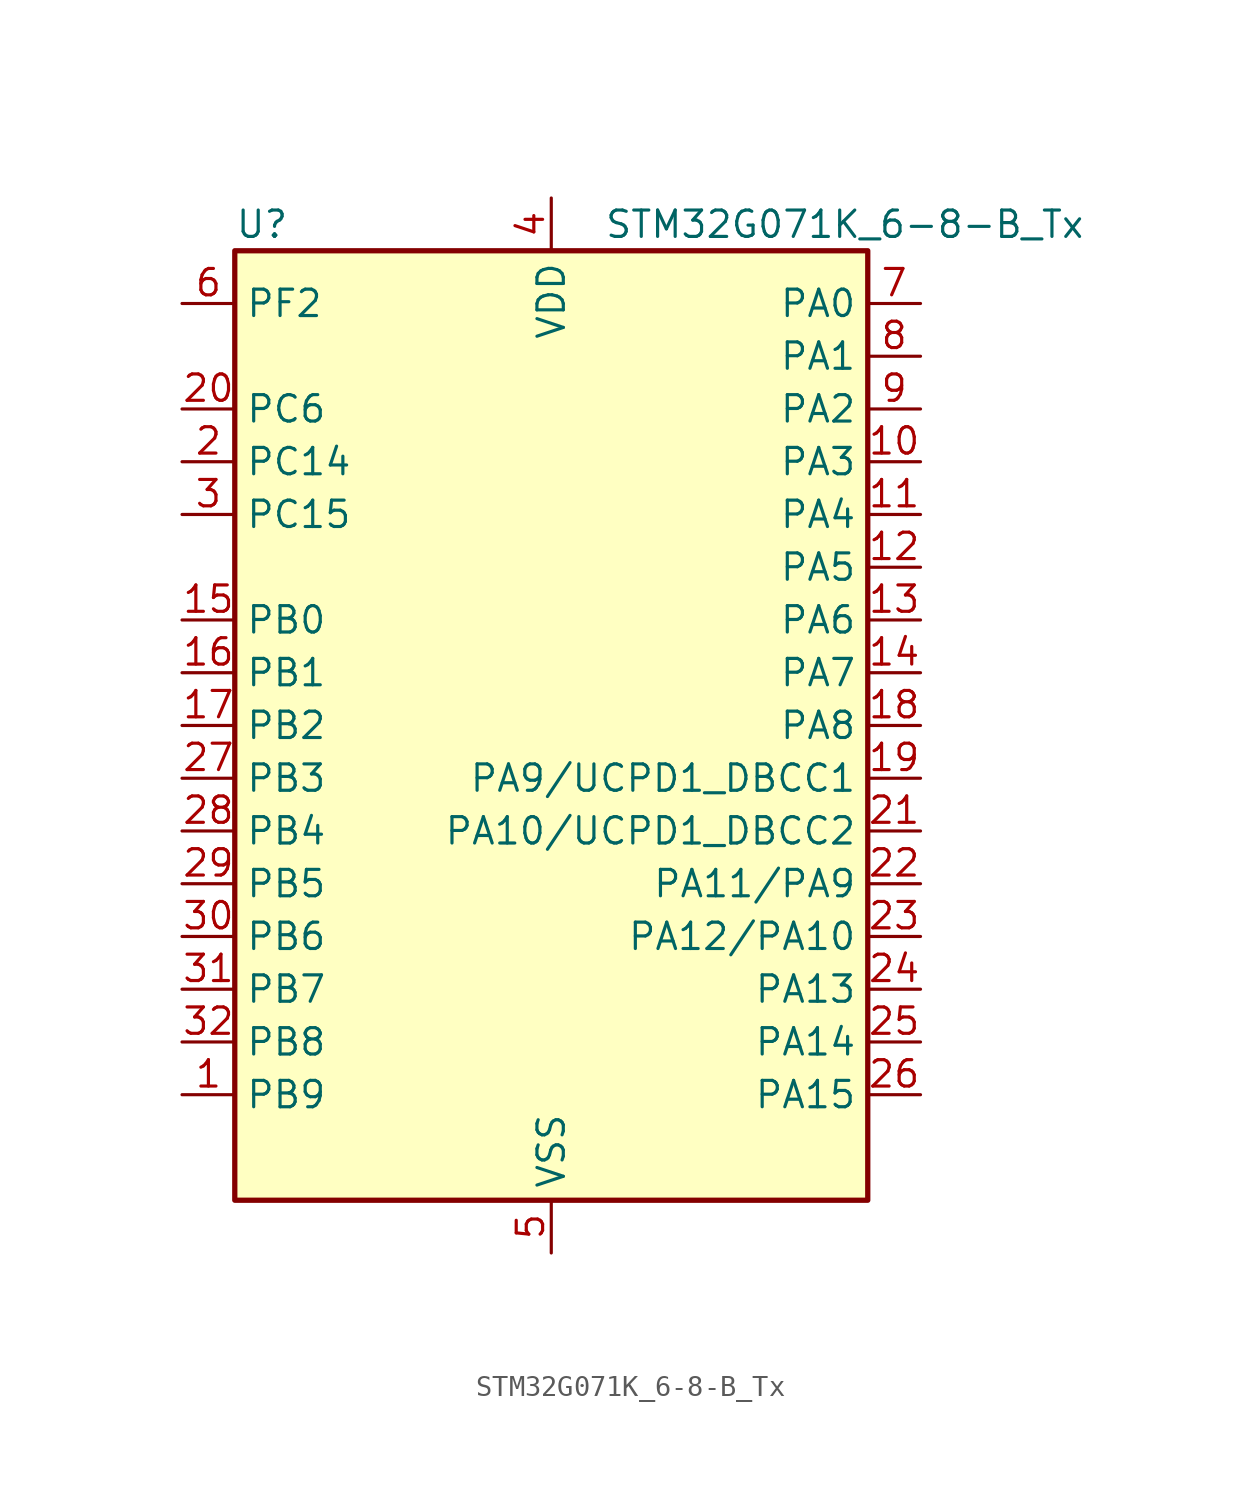
<source format=kicad_sym>
(kicad_symbol_lib
  (version 20220914)
  (generator kicad_symbol_editor)
  (symbol "STM32G071K_6-8-B_Tx"
    (property "Reference" "U"
      (at -15.24 24.13 0)
      (effects (font (size 1.27 1.27)) (justify left)))
    (property "Value" "STM32G071K_6-8-B_Tx"
      (at 2.54 24.13 0)
      (effects (font (size 1.27 1.27)) (justify left)))
    (property "ki_locked" ""
      (at 0 0 0)
      (effects (font (size 1.27 1.27))))
    (symbol "STM32G071K_6-8-B_Tx_0_1"
      (rectangle (start -15.24 -22.86) (end 15.24 22.86) (stroke (width 0.254) (type default)) (fill (type background))))
    (symbol "STM32G071K_6-8-B_Tx_1_1"
      (pin bidirectional line (at -17.78 -17.78 0) (length 2.54) (name "PB9" (effects (font (size 1.27 1.27)))) (number "1" (effects (font (size 1.27 1.27)))) (alternate "DAC1_EXTI9" bidirectional line) (alternate "I2C1_SDA" bidirectional line) (alternate "IR_OUT" bidirectional line) (alternate "SPI2_NSS" bidirectional line) (alternate "TIM17_CH1" bidirectional line) (alternate "USART3_RX" bidirectional line))
      (pin bidirectional line (at 17.78 12.7 180) (length 2.54) (name "PA3" (effects (font (size 1.27 1.27)))) (number "10" (effects (font (size 1.27 1.27)))) (alternate "ADC1_IN3" bidirectional line) (alternate "COMP2_INP" bidirectional line) (alternate "LPUART1_RX" bidirectional line) (alternate "SPI2_MISO" bidirectional line) (alternate "TIM15_CH2" bidirectional line) (alternate "TIM2_CH4" bidirectional line) (alternate "USART2_RX" bidirectional line))
      (pin bidirectional line (at 17.78 10.16 180) (length 2.54) (name "PA4" (effects (font (size 1.27 1.27)))) (number "11" (effects (font (size 1.27 1.27)))) (alternate "ADC1_IN4" bidirectional line) (alternate "DAC1_OUT1" bidirectional line) (alternate "I2S1_WS" bidirectional line) (alternate "LPTIM2_OUT" bidirectional line) (alternate "RTC_OUT_ALARM" bidirectional line) (alternate "RTC_OUT_CALIB" bidirectional line) (alternate "RTC_TAMP_IN1" bidirectional line) (alternate "RTC_TS" bidirectional line) (alternate "SPI1_NSS" bidirectional line) (alternate "SPI2_MOSI" bidirectional line) (alternate "SYS_WKUP2" bidirectional line) (alternate "TIM14_CH1" bidirectional line))
      (pin bidirectional line (at 17.78 7.62 180) (length 2.54) (name "PA5" (effects (font (size 1.27 1.27)))) (number "12" (effects (font (size 1.27 1.27)))) (alternate "ADC1_IN5" bidirectional line) (alternate "CEC" bidirectional line) (alternate "DAC1_OUT2" bidirectional line) (alternate "I2S1_CK" bidirectional line) (alternate "LPTIM2_ETR" bidirectional line) (alternate "SPI1_SCK" bidirectional line) (alternate "TIM2_CH1" bidirectional line) (alternate "TIM2_ETR" bidirectional line) (alternate "UCPD1_FRSTX1" bidirectional line) (alternate "UCPD1_FRSTX2" bidirectional line) (alternate "USART3_TX" bidirectional line))
      (pin bidirectional line (at 17.78 5.08 180) (length 2.54) (name "PA6" (effects (font (size 1.27 1.27)))) (number "13" (effects (font (size 1.27 1.27)))) (alternate "ADC1_IN6" bidirectional line) (alternate "COMP1_OUT" bidirectional line) (alternate "I2S1_MCK" bidirectional line) (alternate "LPUART1_CTS" bidirectional line) (alternate "SPI1_MISO" bidirectional line) (alternate "TIM16_CH1" bidirectional line) (alternate "TIM1_BK" bidirectional line) (alternate "TIM3_CH1" bidirectional line) (alternate "USART3_CTS" bidirectional line) (alternate "USART3_NSS" bidirectional line))
      (pin bidirectional line (at 17.78 2.54 180) (length 2.54) (name "PA7" (effects (font (size 1.27 1.27)))) (number "14" (effects (font (size 1.27 1.27)))) (alternate "ADC1_IN7" bidirectional line) (alternate "COMP2_OUT" bidirectional line) (alternate "I2S1_SD" bidirectional line) (alternate "SPI1_MOSI" bidirectional line) (alternate "TIM14_CH1" bidirectional line) (alternate "TIM17_CH1" bidirectional line) (alternate "TIM1_CH1N" bidirectional line) (alternate "TIM3_CH2" bidirectional line) (alternate "UCPD1_FRSTX1" bidirectional line) (alternate "UCPD1_FRSTX2" bidirectional line))
      (pin bidirectional line (at -17.78 5.08 0) (length 2.54) (name "PB0" (effects (font (size 1.27 1.27)))) (number "15" (effects (font (size 1.27 1.27)))) (alternate "ADC1_IN8" bidirectional line) (alternate "COMP1_OUT" bidirectional line) (alternate "I2S1_WS" bidirectional line) (alternate "LPTIM1_OUT" bidirectional line) (alternate "SPI1_NSS" bidirectional line) (alternate "TIM1_CH2N" bidirectional line) (alternate "TIM3_CH3" bidirectional line) (alternate "UCPD1_FRSTX1" bidirectional line) (alternate "UCPD1_FRSTX2" bidirectional line) (alternate "USART3_RX" bidirectional line))
      (pin bidirectional line (at -17.78 2.54 0) (length 2.54) (name "PB1" (effects (font (size 1.27 1.27)))) (number "16" (effects (font (size 1.27 1.27)))) (alternate "ADC1_IN9" bidirectional line) (alternate "COMP1_INM" bidirectional line) (alternate "LPTIM2_IN1" bidirectional line) (alternate "LPUART1_DE" bidirectional line) (alternate "LPUART1_RTS" bidirectional line) (alternate "TIM14_CH1" bidirectional line) (alternate "TIM1_CH3N" bidirectional line) (alternate "TIM3_CH4" bidirectional line) (alternate "USART3_CK" bidirectional line) (alternate "USART3_DE" bidirectional line) (alternate "USART3_RTS" bidirectional line))
      (pin bidirectional line (at -17.78 0 0) (length 2.54) (name "PB2" (effects (font (size 1.27 1.27)))) (number "17" (effects (font (size 1.27 1.27)))) (alternate "ADC1_IN10" bidirectional line) (alternate "COMP1_INP" bidirectional line) (alternate "LPTIM1_OUT" bidirectional line) (alternate "SPI2_MISO" bidirectional line) (alternate "USART3_TX" bidirectional line))
      (pin bidirectional line (at 17.78 0 180) (length 2.54) (name "PA8" (effects (font (size 1.27 1.27)))) (number "18" (effects (font (size 1.27 1.27)))) (alternate "LPTIM2_OUT" bidirectional line) (alternate "RCC_MCO" bidirectional line) (alternate "SPI2_NSS" bidirectional line) (alternate "TIM1_CH1" bidirectional line) (alternate "UCPD1_CC1" bidirectional line))
      (pin bidirectional line (at 17.78 -2.54 180) (length 2.54) (name "PA9/UCPD1_DBCC1" (effects (font (size 1.27 1.27)))) (number "19" (effects (font (size 1.27 1.27)))) (alternate "DAC1_EXTI9" bidirectional line) (alternate "I2C1_SCL" bidirectional line) (alternate "RCC_MCO" bidirectional line) (alternate "SPI2_MISO" bidirectional line) (alternate "TIM15_BK" bidirectional line) (alternate "TIM1_CH2" bidirectional line) (alternate "UCPD1_DBCC1" bidirectional line) (alternate "USART1_TX" bidirectional line))
      (pin bidirectional line (at -17.78 12.7 0) (length 2.54) (name "PC14" (effects (font (size 1.27 1.27)))) (number "2" (effects (font (size 1.27 1.27)))) (alternate "RCC_OSC32_IN" bidirectional line) (alternate "RCC_OSC_IN" bidirectional line) (alternate "TIM1_BK2" bidirectional line))
      (pin bidirectional line (at -17.78 15.24 0) (length 2.54) (name "PC6" (effects (font (size 1.27 1.27)))) (number "20" (effects (font (size 1.27 1.27)))) (alternate "TIM2_CH3" bidirectional line) (alternate "TIM3_CH1" bidirectional line) (alternate "UCPD1_FRSTX1" bidirectional line) (alternate "UCPD1_FRSTX2" bidirectional line))
      (pin bidirectional line (at 17.78 -5.08 180) (length 2.54) (name "PA10/UCPD1_DBCC2" (effects (font (size 1.27 1.27)))) (number "21" (effects (font (size 1.27 1.27)))) (alternate "I2C1_SDA" bidirectional line) (alternate "SPI2_MOSI" bidirectional line) (alternate "TIM17_BK" bidirectional line) (alternate "TIM1_CH3" bidirectional line) (alternate "UCPD1_DBCC2" bidirectional line) (alternate "USART1_RX" bidirectional line))
      (pin bidirectional line (at 17.78 -7.62 180) (length 2.54) (name "PA11/PA9" (effects (font (size 1.27 1.27)))) (number "22" (effects (font (size 1.27 1.27)))) (alternate "ADC1_EXTI11" bidirectional line) (alternate "COMP1_OUT" bidirectional line) (alternate "I2C2_SCL" bidirectional line) (alternate "I2S1_MCK" bidirectional line) (alternate "SPI1_MISO" bidirectional line) (alternate "TIM1_BK2" bidirectional line) (alternate "TIM1_CH4" bidirectional line) (alternate "USART1_CTS" bidirectional line) (alternate "USART1_NSS" bidirectional line))
      (pin bidirectional line (at 17.78 -10.16 180) (length 2.54) (name "PA12/PA10" (effects (font (size 1.27 1.27)))) (number "23" (effects (font (size 1.27 1.27)))) (alternate "COMP2_OUT" bidirectional line) (alternate "I2C2_SDA" bidirectional line) (alternate "I2S1_SD" bidirectional line) (alternate "I2S_CKIN" bidirectional line) (alternate "SPI1_MOSI" bidirectional line) (alternate "TIM1_ETR" bidirectional line) (alternate "USART1_CK" bidirectional line) (alternate "USART1_DE" bidirectional line) (alternate "USART1_RTS" bidirectional line))
      (pin bidirectional line (at 17.78 -12.7 180) (length 2.54) (name "PA13" (effects (font (size 1.27 1.27)))) (number "24" (effects (font (size 1.27 1.27)))) (alternate "IR_OUT" bidirectional line) (alternate "SYS_SWDIO" bidirectional line))
      (pin bidirectional line (at 17.78 -15.24 180) (length 2.54) (name "PA14" (effects (font (size 1.27 1.27)))) (number "25" (effects (font (size 1.27 1.27)))) (alternate "SYS_SWCLK" bidirectional line) (alternate "USART2_TX" bidirectional line))
      (pin bidirectional line (at 17.78 -17.78 180) (length 2.54) (name "PA15" (effects (font (size 1.27 1.27)))) (number "26" (effects (font (size 1.27 1.27)))) (alternate "I2S1_WS" bidirectional line) (alternate "SPI1_NSS" bidirectional line) (alternate "TIM2_CH1" bidirectional line) (alternate "TIM2_ETR" bidirectional line) (alternate "USART2_RX" bidirectional line) (alternate "USART3_CK" bidirectional line) (alternate "USART3_DE" bidirectional line) (alternate "USART3_RTS" bidirectional line) (alternate "USART4_CK" bidirectional line) (alternate "USART4_DE" bidirectional line) (alternate "USART4_RTS" bidirectional line))
      (pin bidirectional line (at -17.78 -2.54 0) (length 2.54) (name "PB3" (effects (font (size 1.27 1.27)))) (number "27" (effects (font (size 1.27 1.27)))) (alternate "COMP2_INM" bidirectional line) (alternate "I2S1_CK" bidirectional line) (alternate "SPI1_SCK" bidirectional line) (alternate "TIM1_CH2" bidirectional line) (alternate "TIM2_CH2" bidirectional line) (alternate "USART1_CK" bidirectional line) (alternate "USART1_DE" bidirectional line) (alternate "USART1_RTS" bidirectional line))
      (pin bidirectional line (at -17.78 -5.08 0) (length 2.54) (name "PB4" (effects (font (size 1.27 1.27)))) (number "28" (effects (font (size 1.27 1.27)))) (alternate "COMP2_INP" bidirectional line) (alternate "I2S1_MCK" bidirectional line) (alternate "SPI1_MISO" bidirectional line) (alternate "TIM17_BK" bidirectional line) (alternate "TIM3_CH1" bidirectional line) (alternate "USART1_CTS" bidirectional line) (alternate "USART1_NSS" bidirectional line))
      (pin bidirectional line (at -17.78 -7.62 0) (length 2.54) (name "PB5" (effects (font (size 1.27 1.27)))) (number "29" (effects (font (size 1.27 1.27)))) (alternate "COMP2_OUT" bidirectional line) (alternate "I2C1_SMBA" bidirectional line) (alternate "I2S1_SD" bidirectional line) (alternate "LPTIM1_IN1" bidirectional line) (alternate "SPI1_MOSI" bidirectional line) (alternate "SYS_WKUP6" bidirectional line) (alternate "TIM16_BK" bidirectional line) (alternate "TIM3_CH2" bidirectional line))
      (pin bidirectional line (at -17.78 10.16 0) (length 2.54) (name "PC15" (effects (font (size 1.27 1.27)))) (number "3" (effects (font (size 1.27 1.27)))) (alternate "RCC_OSC32_EN" bidirectional line) (alternate "RCC_OSC32_OUT" bidirectional line) (alternate "RCC_OSC_EN" bidirectional line) (alternate "TIM15_BK" bidirectional line))
      (pin bidirectional line (at -17.78 -10.16 0) (length 2.54) (name "PB6" (effects (font (size 1.27 1.27)))) (number "30" (effects (font (size 1.27 1.27)))) (alternate "COMP2_INP" bidirectional line) (alternate "I2C1_SCL" bidirectional line) (alternate "LPTIM1_ETR" bidirectional line) (alternate "SPI2_MISO" bidirectional line) (alternate "TIM16_CH1N" bidirectional line) (alternate "TIM1_CH3" bidirectional line) (alternate "USART1_TX" bidirectional line))
      (pin bidirectional line (at -17.78 -12.7 0) (length 2.54) (name "PB7" (effects (font (size 1.27 1.27)))) (number "31" (effects (font (size 1.27 1.27)))) (alternate "COMP2_INM" bidirectional line) (alternate "I2C1_SDA" bidirectional line) (alternate "LPTIM1_IN2" bidirectional line) (alternate "SPI2_MOSI" bidirectional line) (alternate "SYS_PVD_IN" bidirectional line) (alternate "TIM17_CH1N" bidirectional line) (alternate "USART1_RX" bidirectional line) (alternate "USART4_CTS" bidirectional line) (alternate "USART4_NSS" bidirectional line))
      (pin bidirectional line (at -17.78 -15.24 0) (length 2.54) (name "PB8" (effects (font (size 1.27 1.27)))) (number "32" (effects (font (size 1.27 1.27)))) (alternate "CEC" bidirectional line) (alternate "I2C1_SCL" bidirectional line) (alternate "SPI2_SCK" bidirectional line) (alternate "TIM15_BK" bidirectional line) (alternate "TIM16_CH1" bidirectional line) (alternate "USART3_TX" bidirectional line))
      (pin power_in line (at 0 25.4 270) (length 2.54) (name "VDD" (effects (font (size 1.27 1.27)))) (number "4" (effects (font (size 1.27 1.27)))))
      (pin power_in line (at 0 -25.4 90) (length 2.54) (name "VSS" (effects (font (size 1.27 1.27)))) (number "5" (effects (font (size 1.27 1.27)))))
      (pin bidirectional line (at -17.78 20.32 0) (length 2.54) (name "PF2" (effects (font (size 1.27 1.27)))) (number "6" (effects (font (size 1.27 1.27)))) (alternate "RCC_MCO" bidirectional line))
      (pin bidirectional line (at 17.78 20.32 180) (length 2.54) (name "PA0" (effects (font (size 1.27 1.27)))) (number "7" (effects (font (size 1.27 1.27)))) (alternate "ADC1_IN0" bidirectional line) (alternate "COMP1_INM" bidirectional line) (alternate "COMP1_OUT" bidirectional line) (alternate "LPTIM1_OUT" bidirectional line) (alternate "RTC_TAMP_IN2" bidirectional line) (alternate "SPI2_SCK" bidirectional line) (alternate "SYS_WKUP1" bidirectional line) (alternate "TIM2_CH1" bidirectional line) (alternate "TIM2_ETR" bidirectional line) (alternate "USART2_CTS" bidirectional line) (alternate "USART2_NSS" bidirectional line) (alternate "USART4_TX" bidirectional line))
      (pin bidirectional line (at 17.78 17.78 180) (length 2.54) (name "PA1" (effects (font (size 1.27 1.27)))) (number "8" (effects (font (size 1.27 1.27)))) (alternate "ADC1_IN1" bidirectional line) (alternate "COMP1_INP" bidirectional line) (alternate "I2C1_SMBA" bidirectional line) (alternate "I2S1_CK" bidirectional line) (alternate "SPI1_SCK" bidirectional line) (alternate "TIM15_CH1N" bidirectional line) (alternate "TIM2_CH2" bidirectional line) (alternate "USART2_CK" bidirectional line) (alternate "USART2_DE" bidirectional line) (alternate "USART2_RTS" bidirectional line) (alternate "USART4_RX" bidirectional line))
      (pin bidirectional line (at 17.78 15.24 180) (length 2.54) (name "PA2" (effects (font (size 1.27 1.27)))) (number "9" (effects (font (size 1.27 1.27)))) (alternate "ADC1_IN2" bidirectional line) (alternate "COMP2_INM" bidirectional line) (alternate "COMP2_OUT" bidirectional line) (alternate "I2S1_SD" bidirectional line) (alternate "LPUART1_TX" bidirectional line) (alternate "RCC_LSCO" bidirectional line) (alternate "SPI1_MOSI" bidirectional line) (alternate "SYS_WKUP4" bidirectional line) (alternate "TIM15_CH1" bidirectional line) (alternate "TIM2_CH3" bidirectional line) (alternate "UCPD1_FRSTX1" bidirectional line) (alternate "UCPD1_FRSTX2" bidirectional line) (alternate "USART2_TX" bidirectional line)))))
</source>
